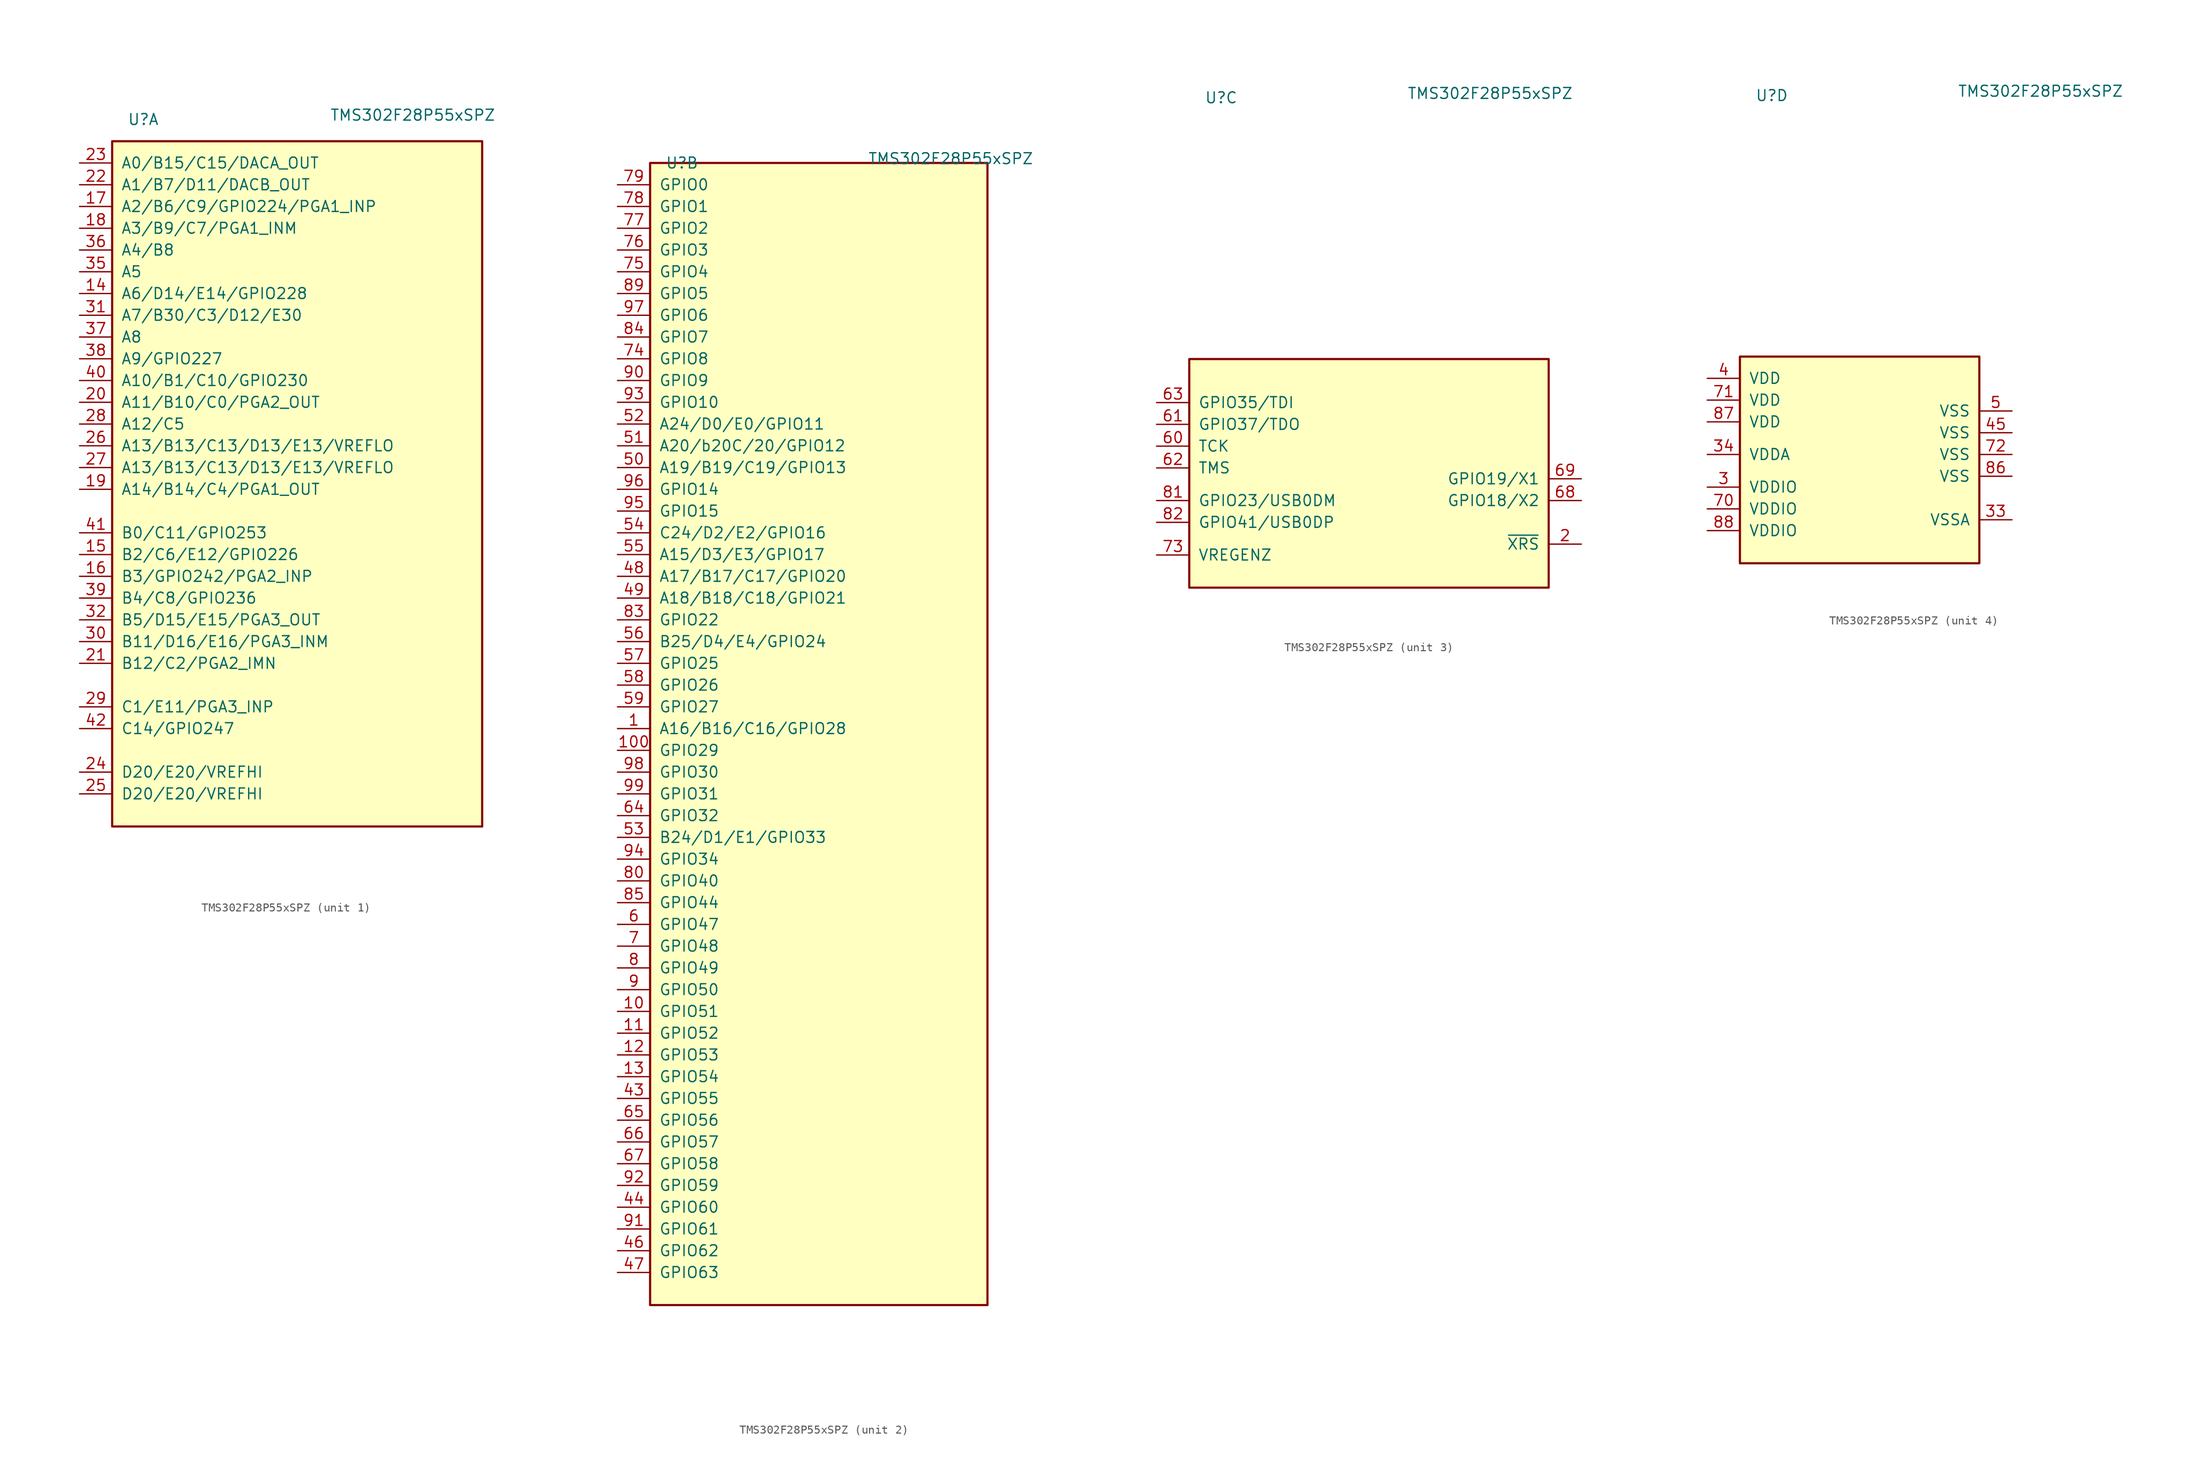
<source format=kicad_sym>
(kicad_symbol_lib
  (version 20241209)
  (generator "kicad_symbol_editor")
  (generator_version "9.0")
  (symbol "TMS302F28P55xSPZ"
    (pin_names
      (offset 1.016))
    (property "Reference" "U"
      (at -19.812 41.91 0)
      (effects (font (size 1.27 1.27)) (justify left)))
    (property "Value" "TMS302F28P55xSPZ"
      (at 3.81 42.418 0)
      (effects (font (size 1.27 1.27)) (justify left)))
    (property "ki_locked" ""
      (at 0 0 0)
      (effects (font (size 1.27 1.27))))
    (symbol "TMS302F28P55xSPZ_1_1"
      (rectangle (start -21.59 39.37) (end 21.59 -40.64) (stroke (width 0.254) (type solid)) (fill (type background)))
      (pin passive line (at -25.4 36.83 0) (length 3.81) (name "A0/B15/C15/DACA_OUT" (effects (font (size 1.27 1.27)))) (number "23" (effects (font (size 1.27 1.27)))))
      (pin passive line (at -25.4 34.29 0) (length 3.81) (name "A1/B7/D11/DACB_OUT" (effects (font (size 1.27 1.27)))) (number "22" (effects (font (size 1.27 1.27)))))
      (pin passive line (at -25.4 31.75 0) (length 3.81) (name "A2/B6/C9/GPIO224/PGA1_INP" (effects (font (size 1.27 1.27)))) (number "17" (effects (font (size 1.27 1.27)))))
      (pin passive line (at -25.4 29.21 0) (length 3.81) (name "A3/B9/C7/PGA1_INM" (effects (font (size 1.27 1.27)))) (number "18" (effects (font (size 1.27 1.27)))))
      (pin passive line (at -25.4 26.67 0) (length 3.81) (name "A4/B8" (effects (font (size 1.27 1.27)))) (number "36" (effects (font (size 1.27 1.27)))))
      (pin passive line (at -25.4 24.13 0) (length 3.81) (name "A5" (effects (font (size 1.27 1.27)))) (number "35" (effects (font (size 1.27 1.27)))))
      (pin passive line (at -25.4 21.59 0) (length 3.81) (name "A6/D14/E14/GPIO228" (effects (font (size 1.27 1.27)))) (number "14" (effects (font (size 1.27 1.27)))))
      (pin passive line (at -25.4 19.05 0) (length 3.81) (name "A7/B30/C3/D12/E30" (effects (font (size 1.27 1.27)))) (number "31" (effects (font (size 1.27 1.27)))))
      (pin passive line (at -25.4 16.51 0) (length 3.81) (name "A8" (effects (font (size 1.27 1.27)))) (number "37" (effects (font (size 1.27 1.27)))))
      (pin passive line (at -25.4 13.97 0) (length 3.81) (name "A9/GPIO227" (effects (font (size 1.27 1.27)))) (number "38" (effects (font (size 1.27 1.27)))))
      (pin passive line (at -25.4 11.43 0) (length 3.81) (name "A10/B1/C10/GPIO230" (effects (font (size 1.27 1.27)))) (number "40" (effects (font (size 1.27 1.27)))))
      (pin passive line (at -25.4 8.89 0) (length 3.81) (name "A11/B10/C0/PGA2_OUT" (effects (font (size 1.27 1.27)))) (number "20" (effects (font (size 1.27 1.27)))))
      (pin passive line (at -25.4 6.35 0) (length 3.81) (name "A12/C5" (effects (font (size 1.27 1.27)))) (number "28" (effects (font (size 1.27 1.27)))))
      (pin passive line (at -25.4 3.81 0) (length 3.81) (name "A13/B13/C13/D13/E13/VREFLO" (effects (font (size 1.27 1.27)))) (number "26" (effects (font (size 1.27 1.27)))))
      (pin passive line (at -25.4 1.27 0) (length 3.81) (name "A13/B13/C13/D13/E13/VREFLO" (effects (font (size 1.27 1.27)))) (number "27" (effects (font (size 1.27 1.27)))))
      (pin passive line (at -25.4 -1.27 0) (length 3.81) (name "A14/B14/C4/PGA1_OUT" (effects (font (size 1.27 1.27)))) (number "19" (effects (font (size 1.27 1.27)))))
      (pin passive line (at -25.4 -6.35 0) (length 3.81) (name "B0/C11/GPIO253" (effects (font (size 1.27 1.27)))) (number "41" (effects (font (size 1.27 1.27)))))
      (pin passive line (at -25.4 -8.89 0) (length 3.81) (name "B2/C6/E12/GPIO226" (effects (font (size 1.27 1.27)))) (number "15" (effects (font (size 1.27 1.27)))))
      (pin passive line (at -25.4 -11.43 0) (length 3.81) (name "B3/GPIO242/PGA2_INP" (effects (font (size 1.27 1.27)))) (number "16" (effects (font (size 1.27 1.27)))))
      (pin passive line (at -25.4 -13.97 0) (length 3.81) (name "B4/C8/GPIO236" (effects (font (size 1.27 1.27)))) (number "39" (effects (font (size 1.27 1.27)))))
      (pin passive line (at -25.4 -16.51 0) (length 3.81) (name "B5/D15/E15/PGA3_OUT" (effects (font (size 1.27 1.27)))) (number "32" (effects (font (size 1.27 1.27)))))
      (pin passive line (at -25.4 -19.05 0) (length 3.81) (name "B11/D16/E16/PGA3_INM" (effects (font (size 1.27 1.27)))) (number "30" (effects (font (size 1.27 1.27)))))
      (pin passive line (at -25.4 -21.59 0) (length 3.81) (name "B12/C2/PGA2_IMN" (effects (font (size 1.27 1.27)))) (number "21" (effects (font (size 1.27 1.27)))))
      (pin passive line (at -25.4 -26.67 0) (length 3.81) (name "C1/E11/PGA3_INP" (effects (font (size 1.27 1.27)))) (number "29" (effects (font (size 1.27 1.27)))))
      (pin passive line (at -25.4 -29.21 0) (length 3.81) (name "C14/GPIO247" (effects (font (size 1.27 1.27)))) (number "42" (effects (font (size 1.27 1.27)))))
      (pin passive line (at -25.4 -34.29 0) (length 3.81) (name "D20/E20/VREFHI" (effects (font (size 1.27 1.27)))) (number "24" (effects (font (size 1.27 1.27)))))
      (pin passive line (at -25.4 -36.83 0) (length 3.81) (name "D20/E20/VREFHI" (effects (font (size 1.27 1.27)))) (number "25" (effects (font (size 1.27 1.27))))))
    (symbol "TMS302F28P55xSPZ_2_1"
      (rectangle (start -21.59 41.91) (end 17.78 -91.44) (stroke (width 0.254) (type solid)) (fill (type background)))
      (pin passive line (at -25.4 39.37 0) (length 3.81) (name "GPIO0" (effects (font (size 1.27 1.27)))) (number "79" (effects (font (size 1.27 1.27)))))
      (pin passive line (at -25.4 36.83 0) (length 3.81) (name "GPIO1" (effects (font (size 1.27 1.27)))) (number "78" (effects (font (size 1.27 1.27)))))
      (pin passive line (at -25.4 34.29 0) (length 3.81) (name "GPIO2" (effects (font (size 1.27 1.27)))) (number "77" (effects (font (size 1.27 1.27)))))
      (pin passive line (at -25.4 31.75 0) (length 3.81) (name "GPIO3" (effects (font (size 1.27 1.27)))) (number "76" (effects (font (size 1.27 1.27)))))
      (pin passive line (at -25.4 29.21 0) (length 3.81) (name "GPIO4" (effects (font (size 1.27 1.27)))) (number "75" (effects (font (size 1.27 1.27)))))
      (pin passive line (at -25.4 26.67 0) (length 3.81) (name "GPIO5" (effects (font (size 1.27 1.27)))) (number "89" (effects (font (size 1.27 1.27)))))
      (pin passive line (at -25.4 24.13 0) (length 3.81) (name "GPIO6" (effects (font (size 1.27 1.27)))) (number "97" (effects (font (size 1.27 1.27)))))
      (pin passive line (at -25.4 21.59 0) (length 3.81) (name "GPIO7" (effects (font (size 1.27 1.27)))) (number "84" (effects (font (size 1.27 1.27)))))
      (pin passive line (at -25.4 19.05 0) (length 3.81) (name "GPIO8" (effects (font (size 1.27 1.27)))) (number "74" (effects (font (size 1.27 1.27)))))
      (pin passive line (at -25.4 16.51 0) (length 3.81) (name "GPIO9" (effects (font (size 1.27 1.27)))) (number "90" (effects (font (size 1.27 1.27)))))
      (pin passive line (at -25.4 13.97 0) (length 3.81) (name "GPIO10" (effects (font (size 1.27 1.27)))) (number "93" (effects (font (size 1.27 1.27)))))
      (pin passive line (at -25.4 11.43 0) (length 3.81) (name "A24/D0/E0/GPIO11" (effects (font (size 1.27 1.27)))) (number "52" (effects (font (size 1.27 1.27)))))
      (pin passive line (at -25.4 8.89 0) (length 3.81) (name "A20/b20C/20/GPIO12" (effects (font (size 1.27 1.27)))) (number "51" (effects (font (size 1.27 1.27)))))
      (pin passive line (at -25.4 6.35 0) (length 3.81) (name "A19/B19/C19/GPIO13" (effects (font (size 1.27 1.27)))) (number "50" (effects (font (size 1.27 1.27)))))
      (pin passive line (at -25.4 3.81 0) (length 3.81) (name "GPIO14" (effects (font (size 1.27 1.27)))) (number "96" (effects (font (size 1.27 1.27)))))
      (pin passive line (at -25.4 1.27 0) (length 3.81) (name "GPIO15" (effects (font (size 1.27 1.27)))) (number "95" (effects (font (size 1.27 1.27)))))
      (pin passive line (at -25.4 -1.27 0) (length 3.81) (name "C24/D2/E2/GPIO16" (effects (font (size 1.27 1.27)))) (number "54" (effects (font (size 1.27 1.27)))))
      (pin passive line (at -25.4 -3.81 0) (length 3.81) (name "A15/D3/E3/GPIO17" (effects (font (size 1.27 1.27)))) (number "55" (effects (font (size 1.27 1.27)))))
      (pin passive line (at -25.4 -6.35 0) (length 3.81) (name "A17/B17/C17/GPIO20" (effects (font (size 1.27 1.27)))) (number "48" (effects (font (size 1.27 1.27)))))
      (pin passive line (at -25.4 -8.89 0) (length 3.81) (name "A18/B18/C18/GPIO21" (effects (font (size 1.27 1.27)))) (number "49" (effects (font (size 1.27 1.27)))))
      (pin passive line (at -25.4 -11.43 0) (length 3.81) (name "GPIO22" (effects (font (size 1.27 1.27)))) (number "83" (effects (font (size 1.27 1.27)))))
      (pin passive line (at -25.4 -13.97 0) (length 3.81) (name "B25/D4/E4/GPIO24" (effects (font (size 1.27 1.27)))) (number "56" (effects (font (size 1.27 1.27)))))
      (pin passive line (at -25.4 -16.51 0) (length 3.81) (name "GPIO25" (effects (font (size 1.27 1.27)))) (number "57" (effects (font (size 1.27 1.27)))))
      (pin passive line (at -25.4 -19.05 0) (length 3.81) (name "GPIO26" (effects (font (size 1.27 1.27)))) (number "58" (effects (font (size 1.27 1.27)))))
      (pin passive line (at -25.4 -21.59 0) (length 3.81) (name "GPIO27" (effects (font (size 1.27 1.27)))) (number "59" (effects (font (size 1.27 1.27)))))
      (pin passive line (at -25.4 -24.13 0) (length 3.81) (name "A16/B16/C16/GPIO28" (effects (font (size 1.27 1.27)))) (number "1" (effects (font (size 1.27 1.27)))))
      (pin passive line (at -25.4 -26.67 0) (length 3.81) (name "GPIO29" (effects (font (size 1.27 1.27)))) (number "100" (effects (font (size 1.27 1.27)))))
      (pin passive line (at -25.4 -29.21 0) (length 3.81) (name "GPIO30" (effects (font (size 1.27 1.27)))) (number "98" (effects (font (size 1.27 1.27)))))
      (pin passive line (at -25.4 -31.75 0) (length 3.81) (name "GPIO31" (effects (font (size 1.27 1.27)))) (number "99" (effects (font (size 1.27 1.27)))))
      (pin passive line (at -25.4 -34.29 0) (length 3.81) (name "GPIO32" (effects (font (size 1.27 1.27)))) (number "64" (effects (font (size 1.27 1.27)))))
      (pin passive line (at -25.4 -36.83 0) (length 3.81) (name "B24/D1/E1/GPIO33" (effects (font (size 1.27 1.27)))) (number "53" (effects (font (size 1.27 1.27)))))
      (pin passive line (at -25.4 -39.37 0) (length 3.81) (name "GPIO34" (effects (font (size 1.27 1.27)))) (number "94" (effects (font (size 1.27 1.27)))))
      (pin passive line (at -25.4 -41.91 0) (length 3.81) (name "GPIO40" (effects (font (size 1.27 1.27)))) (number "80" (effects (font (size 1.27 1.27)))))
      (pin passive line (at -25.4 -44.45 0) (length 3.81) (name "GPIO44" (effects (font (size 1.27 1.27)))) (number "85" (effects (font (size 1.27 1.27)))))
      (pin passive line (at -25.4 -46.99 0) (length 3.81) (name "GPIO47" (effects (font (size 1.27 1.27)))) (number "6" (effects (font (size 1.27 1.27)))))
      (pin passive line (at -25.4 -49.53 0) (length 3.81) (name "GPIO48" (effects (font (size 1.27 1.27)))) (number "7" (effects (font (size 1.27 1.27)))))
      (pin passive line (at -25.4 -52.07 0) (length 3.81) (name "GPIO49" (effects (font (size 1.27 1.27)))) (number "8" (effects (font (size 1.27 1.27)))))
      (pin passive line (at -25.4 -54.61 0) (length 3.81) (name "GPIO50" (effects (font (size 1.27 1.27)))) (number "9" (effects (font (size 1.27 1.27)))))
      (pin passive line (at -25.4 -57.15 0) (length 3.81) (name "GPIO51" (effects (font (size 1.27 1.27)))) (number "10" (effects (font (size 1.27 1.27)))))
      (pin passive line (at -25.4 -59.69 0) (length 3.81) (name "GPIO52" (effects (font (size 1.27 1.27)))) (number "11" (effects (font (size 1.27 1.27)))))
      (pin passive line (at -25.4 -62.23 0) (length 3.81) (name "GPIO53" (effects (font (size 1.27 1.27)))) (number "12" (effects (font (size 1.27 1.27)))))
      (pin passive line (at -25.4 -64.77 0) (length 3.81) (name "GPIO54" (effects (font (size 1.27 1.27)))) (number "13" (effects (font (size 1.27 1.27)))))
      (pin passive line (at -25.4 -67.31 0) (length 3.81) (name "GPIO55" (effects (font (size 1.27 1.27)))) (number "43" (effects (font (size 1.27 1.27)))))
      (pin passive line (at -25.4 -69.85 0) (length 3.81) (name "GPIO56" (effects (font (size 1.27 1.27)))) (number "65" (effects (font (size 1.27 1.27)))))
      (pin passive line (at -25.4 -72.39 0) (length 3.81) (name "GPIO57" (effects (font (size 1.27 1.27)))) (number "66" (effects (font (size 1.27 1.27)))))
      (pin passive line (at -25.4 -74.93 0) (length 3.81) (name "GPIO58" (effects (font (size 1.27 1.27)))) (number "67" (effects (font (size 1.27 1.27)))))
      (pin passive line (at -25.4 -77.47 0) (length 3.81) (name "GPIO59" (effects (font (size 1.27 1.27)))) (number "92" (effects (font (size 1.27 1.27)))))
      (pin passive line (at -25.4 -80.01 0) (length 3.81) (name "GPIO60" (effects (font (size 1.27 1.27)))) (number "44" (effects (font (size 1.27 1.27)))))
      (pin passive line (at -25.4 -82.55 0) (length 3.81) (name "GPIO61" (effects (font (size 1.27 1.27)))) (number "91" (effects (font (size 1.27 1.27)))))
      (pin passive line (at -25.4 -85.09 0) (length 3.81) (name "GPIO62" (effects (font (size 1.27 1.27)))) (number "46" (effects (font (size 1.27 1.27)))))
      (pin passive line (at -25.4 -87.63 0) (length 3.81) (name "GPIO63" (effects (font (size 1.27 1.27)))) (number "47" (effects (font (size 1.27 1.27))))))
    (symbol "TMS302F28P55xSPZ_3_1"
      (rectangle (start -21.59 11.43) (end 20.32 -15.24) (stroke (width 0.254) (type solid)) (fill (type background)))
      (pin passive line (at -25.4 6.35 0) (length 3.81) (name "GPIO35/TDI" (effects (font (size 1.27 1.27)))) (number "63" (effects (font (size 1.27 1.27)))))
      (pin passive line (at -25.4 3.81 0) (length 3.81) (name "GPIO37/TDO" (effects (font (size 1.27 1.27)))) (number "61" (effects (font (size 1.27 1.27)))))
      (pin passive line (at -25.4 1.27 0) (length 3.81) (name "TCK" (effects (font (size 1.27 1.27)))) (number "60" (effects (font (size 1.27 1.27)))))
      (pin passive line (at -25.4 -1.27 0) (length 3.81) (name "TMS" (effects (font (size 1.27 1.27)))) (number "62" (effects (font (size 1.27 1.27)))))
      (pin passive line (at -25.4 -5.08 0) (length 3.81) (name "GPIO23/USB0DM" (effects (font (size 1.27 1.27)))) (number "81" (effects (font (size 1.27 1.27)))))
      (pin passive line (at -25.4 -7.62 0) (length 3.81) (name "GPIO41/USB0DP" (effects (font (size 1.27 1.27)))) (number "82" (effects (font (size 1.27 1.27)))))
      (pin passive line (at -25.4 -11.43 0) (length 3.81) (name "VREGENZ" (effects (font (size 1.27 1.27)))) (number "73" (effects (font (size 1.27 1.27)))))
      (pin passive line (at 24.13 -2.54 180) (length 3.81) (name "GPIO19/X1" (effects (font (size 1.27 1.27)))) (number "69" (effects (font (size 1.27 1.27)))))
      (pin passive line (at 24.13 -5.08 180) (length 3.81) (name "GPIO18/X2" (effects (font (size 1.27 1.27)))) (number "68" (effects (font (size 1.27 1.27)))))
      (pin passive line (at 24.13 -10.16 180) (length 3.81) (name "~{XRS}" (effects (font (size 1.27 1.27)))) (number "2" (effects (font (size 1.27 1.27))))))
    (symbol "TMS302F28P55xSPZ_4_1"
      (rectangle (start -21.59 11.43) (end 6.35 -12.7) (stroke (width 0.254) (type solid)) (fill (type background)))
      (pin passive line (at -25.4 8.89 0) (length 3.81) (name "VDD" (effects (font (size 1.27 1.27)))) (number "4" (effects (font (size 1.27 1.27)))))
      (pin passive line (at -25.4 6.35 0) (length 3.81) (name "VDD" (effects (font (size 1.27 1.27)))) (number "71" (effects (font (size 1.27 1.27)))))
      (pin passive line (at -25.4 3.81 0) (length 3.81) (name "VDD" (effects (font (size 1.27 1.27)))) (number "87" (effects (font (size 1.27 1.27)))))
      (pin passive line (at -25.4 0 0) (length 3.81) (name "VDDA" (effects (font (size 1.27 1.27)))) (number "34" (effects (font (size 1.27 1.27)))))
      (pin passive line (at -25.4 -3.81 0) (length 3.81) (name "VDDIO" (effects (font (size 1.27 1.27)))) (number "3" (effects (font (size 1.27 1.27)))))
      (pin passive line (at -25.4 -6.35 0) (length 3.81) (name "VDDIO" (effects (font (size 1.27 1.27)))) (number "70" (effects (font (size 1.27 1.27)))))
      (pin passive line (at -25.4 -8.89 0) (length 3.81) (name "VDDIO" (effects (font (size 1.27 1.27)))) (number "88" (effects (font (size 1.27 1.27)))))
      (pin passive line (at 10.16 5.08 180) (length 3.81) (name "VSS" (effects (font (size 1.27 1.27)))) (number "5" (effects (font (size 1.27 1.27)))))
      (pin passive line (at 10.16 2.54 180) (length 3.81) (name "VSS" (effects (font (size 1.27 1.27)))) (number "45" (effects (font (size 1.27 1.27)))))
      (pin passive line (at 10.16 0 180) (length 3.81) (name "VSS" (effects (font (size 1.27 1.27)))) (number "72" (effects (font (size 1.27 1.27)))))
      (pin passive line (at 10.16 -2.54 180) (length 3.81) (name "VSS" (effects (font (size 1.27 1.27)))) (number "86" (effects (font (size 1.27 1.27)))))
      (pin passive line (at 10.16 -7.62 180) (length 3.81) (name "VSSA" (effects (font (size 1.27 1.27)))) (number "33" (effects (font (size 1.27 1.27))))))))
</source>
